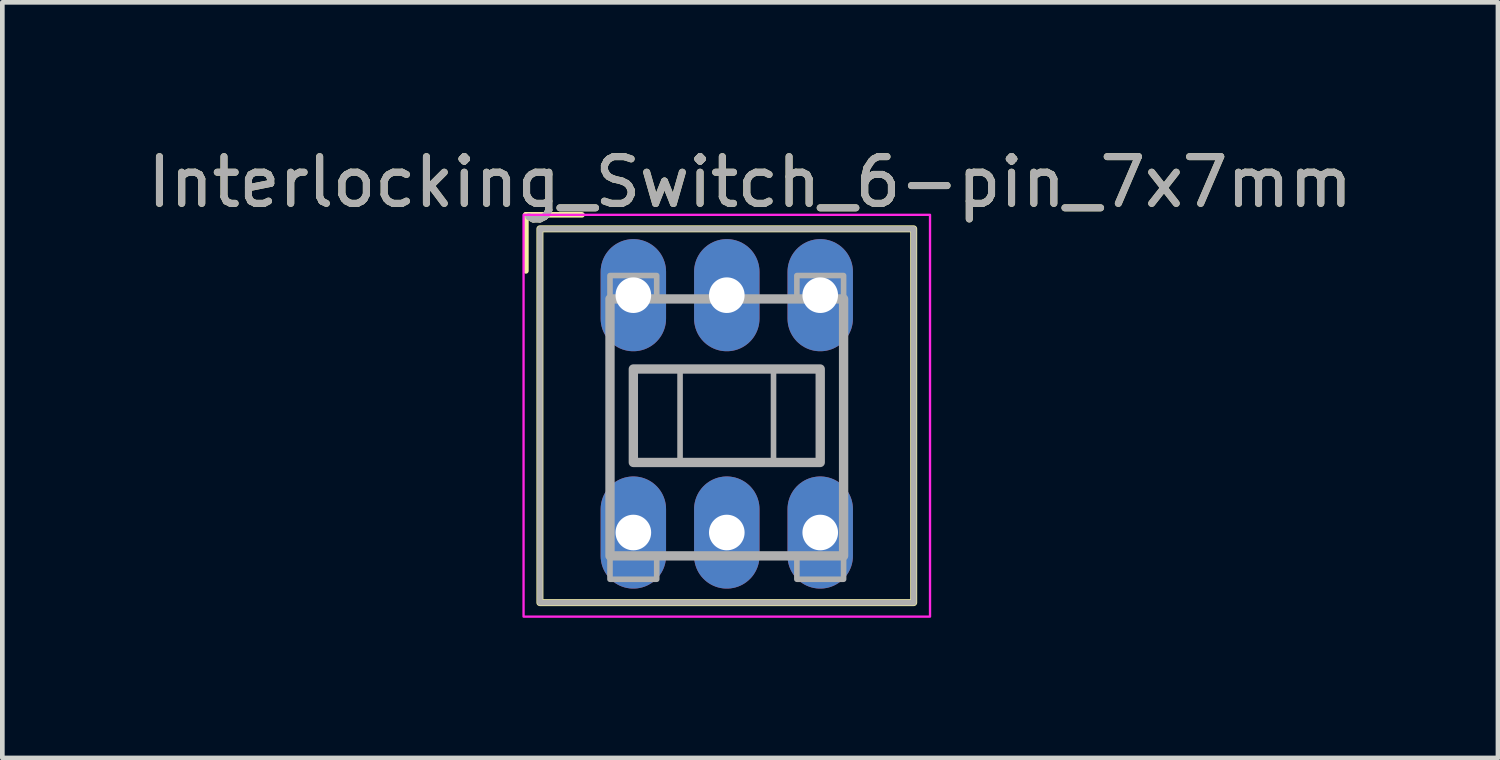
<source format=kicad_pcb>
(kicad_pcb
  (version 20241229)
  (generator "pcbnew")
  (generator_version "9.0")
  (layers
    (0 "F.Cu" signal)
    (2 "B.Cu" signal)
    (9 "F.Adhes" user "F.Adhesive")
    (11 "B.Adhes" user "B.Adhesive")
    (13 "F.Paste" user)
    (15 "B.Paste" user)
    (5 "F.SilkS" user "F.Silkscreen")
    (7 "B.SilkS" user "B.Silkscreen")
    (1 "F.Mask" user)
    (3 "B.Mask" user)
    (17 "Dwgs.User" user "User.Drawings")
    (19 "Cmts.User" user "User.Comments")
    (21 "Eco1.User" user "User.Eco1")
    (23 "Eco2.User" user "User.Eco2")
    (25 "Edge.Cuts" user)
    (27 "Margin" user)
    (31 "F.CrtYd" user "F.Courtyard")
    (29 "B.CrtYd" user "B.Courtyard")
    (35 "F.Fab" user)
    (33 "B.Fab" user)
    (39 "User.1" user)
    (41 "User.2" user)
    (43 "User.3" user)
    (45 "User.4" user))
  (footprint "Interlocking_Switch_6-pin_7x7mm"
    (layer "F.Cu")
    (at 10.506 8.348)
    (property "Reference" "Interlocking_Switch_6-pin_7x7mm" (at 2.5 -7.5 0) (unlocked yes) (layer "F.SilkS") (effects (font (size 1 1) (thickness 0.15))))
    (attr through_hole)
    (fp_line (start -2.3 -6.8) (end -2.3 -5.6) (stroke (width 0.12) (type solid)) (layer "F.SilkS"))
    (fp_line (start -1.1 -6.8) (end -2.3 -6.8) (stroke (width 0.12) (type solid)) (layer "F.SilkS"))
    (fp_rect (start -2 -6.5) (end 6 1.5) (stroke (width 0.15) (type solid)) (fill no) (layer "F.SilkS"))
    (fp_rect (start -2.35 -6.8) (end 6.35 1.8) (stroke (width 0.05) (type solid)) (fill no) (layer "F.CrtYd"))
    (fp_rect (start -2 -6.5) (end 6 1.5) (stroke (width 0.12) (type solid)) (fill no) (layer "F.Fab"))
    (fp_rect (start -0.5 -5) (end 0.5 -5.5) (stroke (width 0.12) (type solid)) (fill no) (layer "F.Fab"))
    (fp_rect (start -0.5 -5) (end 4.5 0.5) (stroke (width 0.2) (type solid)) (fill no) (layer "F.Fab"))
    (fp_rect (start -0.5 1) (end 0.5 0.5) (stroke (width 0.12) (type solid)) (fill no) (layer "F.Fab"))
    (fp_rect (start 0 -3.5) (end 4 -1.5) (stroke (width 0.2) (type solid)) (fill no) (layer "F.Fab"))
    (fp_rect (start 1 -3.5) (end 3 -1.5) (stroke (width 0.12) (type solid)) (fill no) (layer "F.Fab"))
    (fp_rect (start 3.5 -5) (end 4.5 -5.5) (stroke (width 0.12) (type solid)) (fill no) (layer "F.Fab"))
    (fp_rect (start 3.5 1) (end 4.5 0.5) (stroke (width 0.12) (type solid)) (fill no) (layer "F.Fab"))
    (fp_text user "${REFERENCE}" (at 2.5 -7.5 0) (unlocked yes) (layer "F.Fab") (effects (font (size 1 1) (thickness 0.15))))
    (pad "1" thru_hole oval (at 0 0) (size 1.4 2.4) (drill 0.762) (layers "*.Cu" "*.Mask"))
    (pad "2" thru_hole oval (at 2 0) (size 1.4 2.4) (drill 0.762) (layers "*.Cu" "*.Mask"))
    (pad "3" thru_hole oval (at 4 0) (size 1.4 2.4) (drill 0.762) (layers "*.Cu" "*.Mask"))
    (pad "4" thru_hole oval (at 4 -5.08) (size 1.4 2.4) (drill 0.762) (layers "*.Cu" "*.Mask"))
    (pad "5" thru_hole oval (at 2 -5.08) (size 1.4 2.4) (drill 0.762) (layers "*.Cu" "*.Mask"))
    (pad "6" thru_hole oval (at 0 -5.08) (size 1.4 2.4) (drill 0.762) (layers "*.Cu" "*.Mask")))
  (gr_rect
    (start -3 -3)
    (end 29.012 13.173)
    (stroke (width 0.1) (type default))
    (fill no)
    (layer "Edge.Cuts")))
</source>
